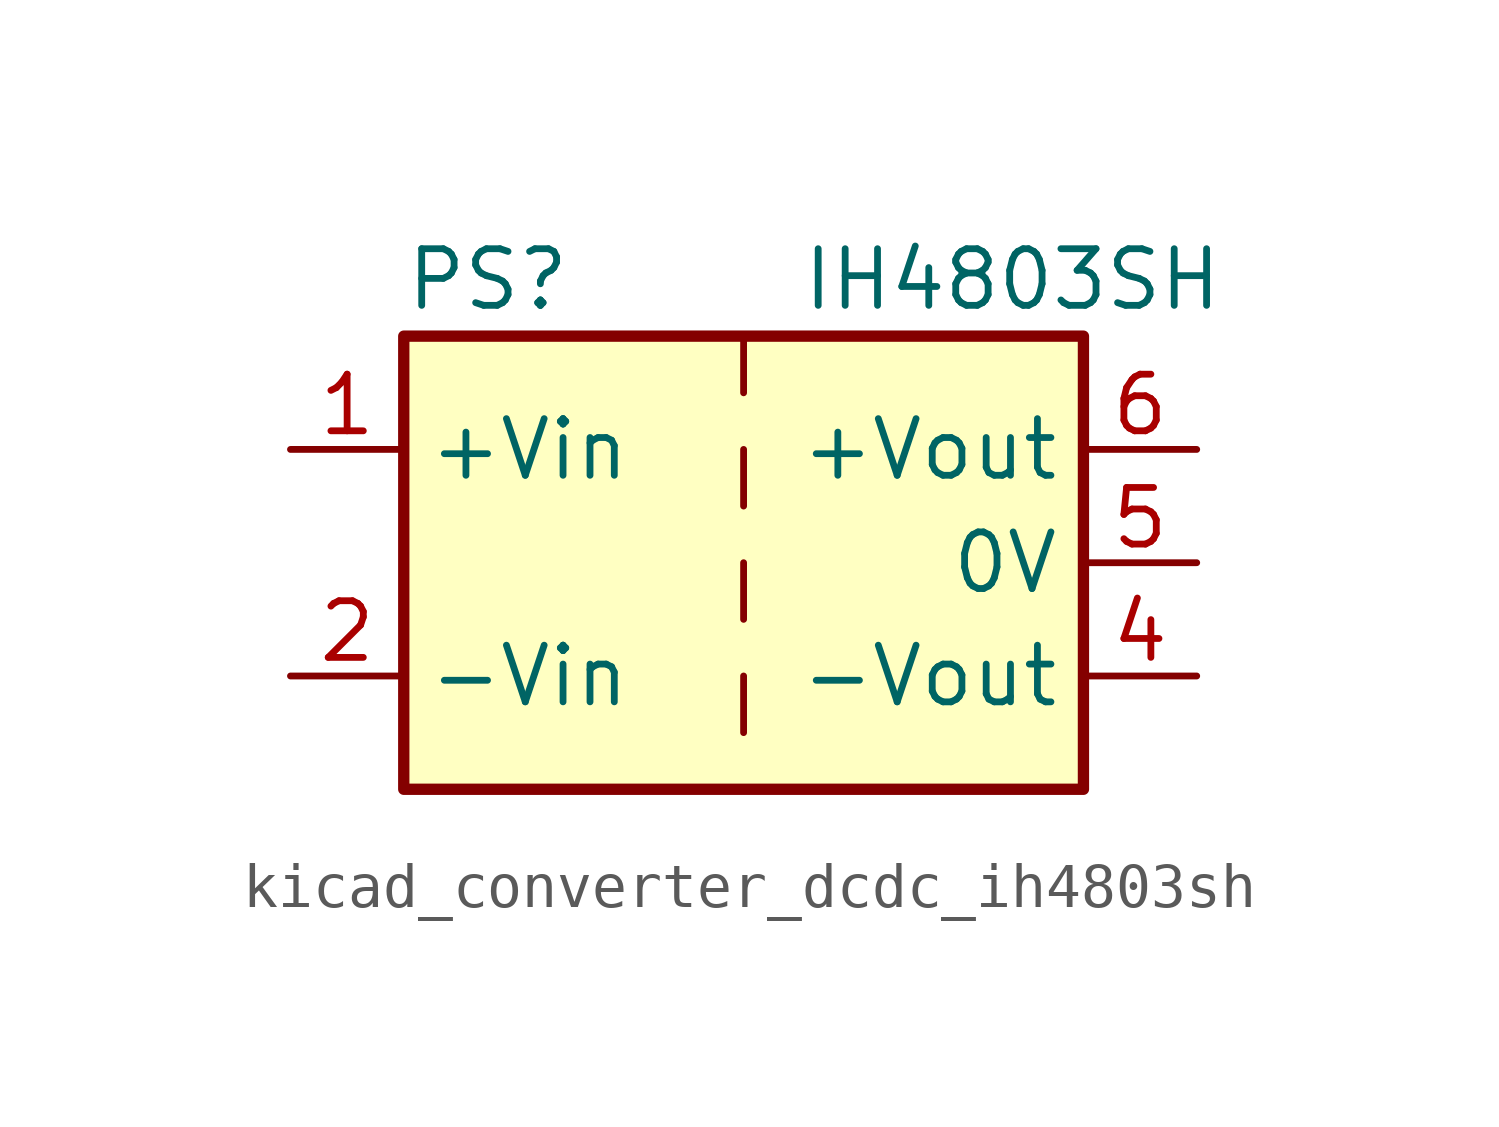
<source format=kicad_sym>
(kicad_symbol_lib
  (version 20220914)
  (generator kicad_symbol_editor)
  (symbol "kicad_converter_dcdc_ih4803sh"
    (property "Reference" "PS"
      (at -7.62 6.35 0)
      (effects (font (size 1.27 1.27)) (justify left)))
    (property "Value" "IH4803SH"
      (at 1.27 6.35 0)
      (effects (font (size 1.27 1.27)) (justify left)))
    (symbol "kicad_converter_dcdc_ih4803sh_0_0"
      (pin power_in line (at -10.16 2.54 0) (length 2.54) (name "+Vin" (effects (font (size 1.27 1.27)))) (number "1" (effects (font (size 1.27 1.27)))))
      (pin power_in line (at -10.16 -2.54 0) (length 2.54) (name "-Vin" (effects (font (size 1.27 1.27)))) (number "2" (effects (font (size 1.27 1.27)))))
      (pin power_out line (at 10.16 -2.54 180) (length 2.54) (name "-Vout" (effects (font (size 1.27 1.27)))) (number "4" (effects (font (size 1.27 1.27)))))
      (pin power_out line (at 10.16 0 180) (length 2.54) (name "0V" (effects (font (size 1.27 1.27)))) (number "5" (effects (font (size 1.27 1.27)))))
      (pin power_out line (at 10.16 2.54 180) (length 2.54) (name "+Vout" (effects (font (size 1.27 1.27)))) (number "6" (effects (font (size 1.27 1.27))))))
    (symbol "kicad_converter_dcdc_ih4803sh_0_1"
      (rectangle (start -7.62 5.08) (end 7.62 -5.08) (stroke (width 0.254) (type default)) (fill (type background)))
      (polyline (pts (xy 0 -2.54) (xy 0 -3.81)) (stroke (width 0) (type default)) (fill (type none)))
      (polyline (pts (xy 0 0) (xy 0 -1.27)) (stroke (width 0) (type default)) (fill (type none)))
      (polyline (pts (xy 0 2.54) (xy 0 1.27)) (stroke (width 0) (type default)) (fill (type none)))
      (polyline (pts (xy 0 5.08) (xy 0 3.81)) (stroke (width 0) (type default)) (fill (type none))))))
</source>
